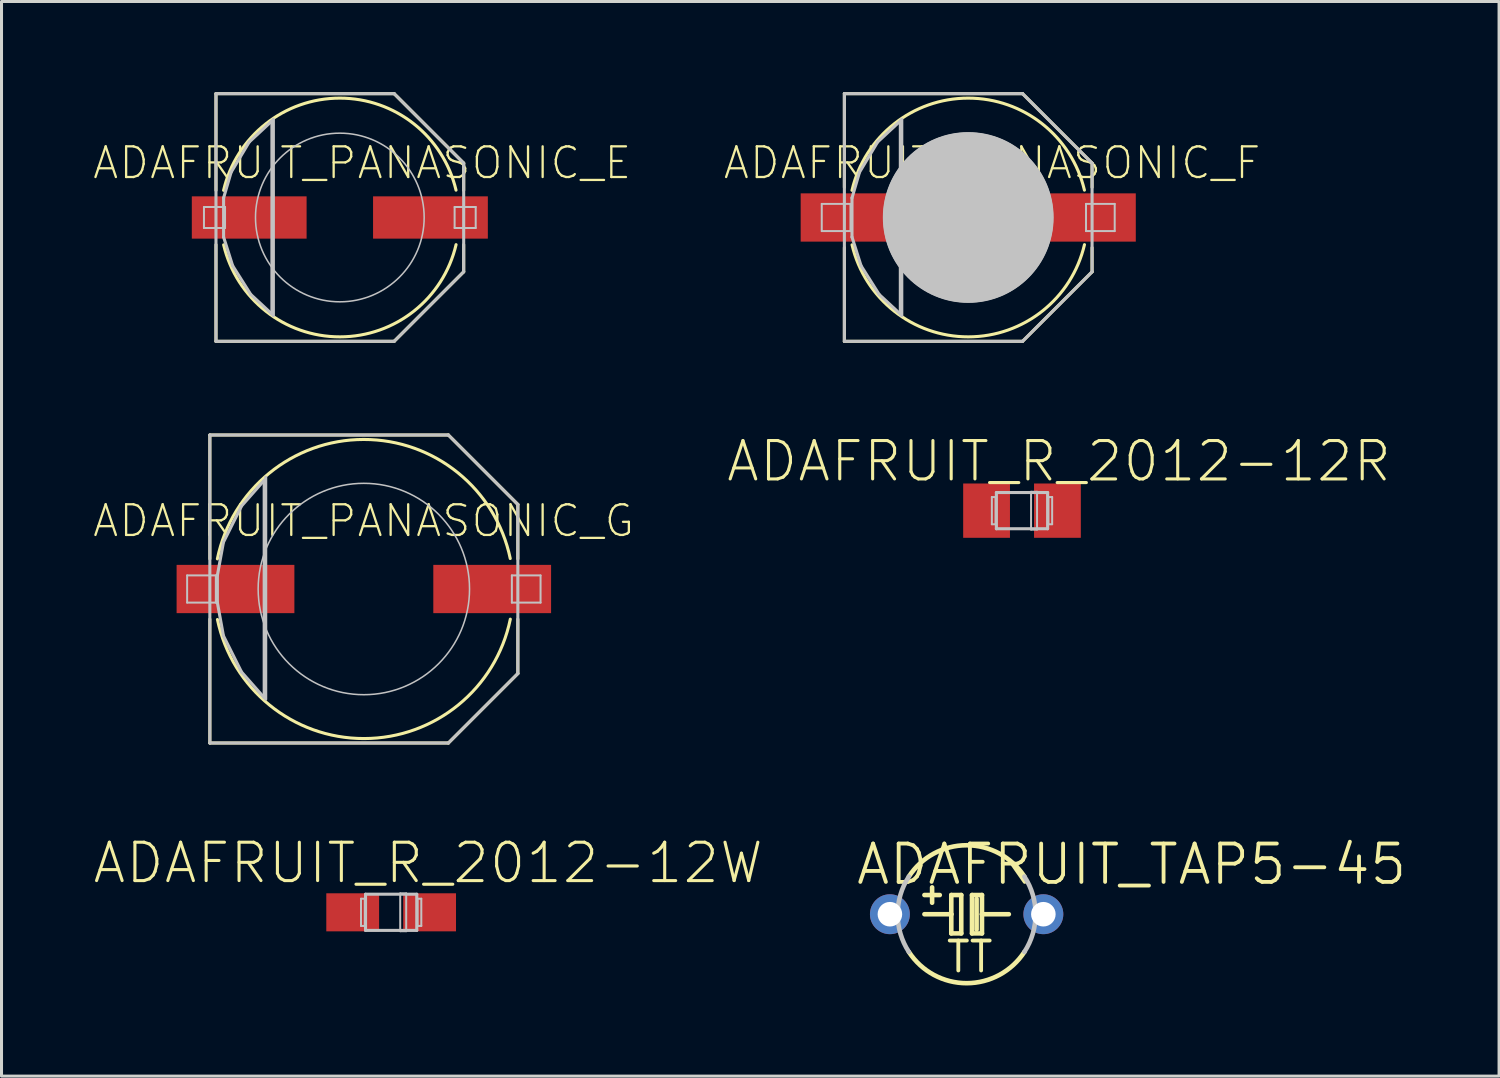
<source format=kicad_pcb>
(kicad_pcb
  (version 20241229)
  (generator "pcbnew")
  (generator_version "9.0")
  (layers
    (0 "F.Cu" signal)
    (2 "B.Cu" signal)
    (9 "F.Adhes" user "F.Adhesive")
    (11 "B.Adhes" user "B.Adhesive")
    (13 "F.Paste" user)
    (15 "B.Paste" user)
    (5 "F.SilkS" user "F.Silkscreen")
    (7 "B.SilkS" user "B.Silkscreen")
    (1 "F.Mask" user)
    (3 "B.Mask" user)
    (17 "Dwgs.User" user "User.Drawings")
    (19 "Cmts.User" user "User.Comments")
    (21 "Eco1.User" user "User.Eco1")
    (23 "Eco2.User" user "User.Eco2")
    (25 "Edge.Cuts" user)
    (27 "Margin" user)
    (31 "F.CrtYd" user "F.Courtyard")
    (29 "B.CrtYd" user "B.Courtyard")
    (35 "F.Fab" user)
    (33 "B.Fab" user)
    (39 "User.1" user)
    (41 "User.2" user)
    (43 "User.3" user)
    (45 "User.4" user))
  (footprint "ADAFRUIT_TAP5-45"
    (layer "F.Cu")
    (at 28.95 27.215)
    (property "Reference" "ADAFRUIT_TAP5-45" (at 5.461 -1.651 0) (layer "F.SilkS") (effects (font (size 1.27 1.27) (thickness 0.127))))
    (attr exclude_from_pos_files exclude_from_bom)
    (fp_line (start -1.397 0) (end -0.508 0) (stroke (width 0.152) (type solid)) (layer "F.SilkS"))
    (fp_line (start -1.143 -0.381) (end -1.143 -0.889) (stroke (width 0.152) (type solid)) (layer "F.SilkS"))
    (fp_line (start -0.889 -0.635) (end -1.397 -0.635) (stroke (width 0.152) (type solid)) (layer "F.SilkS"))
    (fp_line (start -0.508 -0.635) (end -0.508 0) (stroke (width 0.152) (type solid)) (layer "F.SilkS"))
    (fp_line (start -0.508 0) (end -0.508 0.635) (stroke (width 0.152) (type solid)) (layer "F.SilkS"))
    (fp_line (start -0.508 0.635) (end -0.178 0.635) (stroke (width 0.152) (type solid)) (layer "F.SilkS"))
    (fp_line (start -0.178 -0.635) (end -0.508 -0.635) (stroke (width 0.152) (type solid)) (layer "F.SilkS"))
    (fp_line (start -0.178 0.635) (end -0.178 -0.635) (stroke (width 0.152) (type solid)) (layer "F.SilkS"))
    (fp_line (start 0.178 -0.635) (end 0.178 0.635) (stroke (width 0.152) (type solid)) (layer "F.SilkS"))
    (fp_line (start 0.178 0.635) (end 0.508 0.635) (stroke (width 0.152) (type solid)) (layer "F.SilkS"))
    (fp_line (start 0.33 0.508) (end 0.33 -0.508) (stroke (width 0.152) (type solid)) (layer "F.SilkS"))
    (fp_line (start 0.508 -0.635) (end 0.178 -0.635) (stroke (width 0.152) (type solid)) (layer "F.SilkS"))
    (fp_line (start 0.508 0) (end 0.508 -0.635) (stroke (width 0.152) (type solid)) (layer "F.SilkS"))
    (fp_line (start 0.508 0) (end 1.397 0) (stroke (width 0.152) (type solid)) (layer "F.SilkS"))
    (fp_line (start 0.508 0.635) (end 0.508 0) (stroke (width 0.152) (type solid)) (layer "F.SilkS"))
    (fp_arc (start -1.91262 -1.24714) (mid -0.001725 -2.283303) (end 1.910733 -1.250029) (stroke (width 0.1524) (type solid)) (layer "F.SilkS"))
    (fp_arc (start 1.91262 1.24714) (mid 0.001725 2.283303) (end -1.910733 1.250029) (stroke (width 0.1524) (type solid)) (layer "F.SilkS"))
    (fp_arc (start -1.91262 1.24714) (mid -2.283303 0.000267) (end -1.912912 -1.246693) (stroke (width 0.1524) (type solid)) (layer "Dwgs.User"))
    (fp_arc (start 1.91262 -1.24714) (mid 2.283303 -0.000267) (end 1.912912 1.246693) (stroke (width 0.1524) (type solid)) (layer "Dwgs.User"))
    (fp_text user "TT" (at 0.102 1.41 0) (layer "F.SilkS") (effects (font (size 0.991 0.991) (thickness 0.127))))
    (pad "+" thru_hole circle (at -2.54 0) (size 1.321 1.321) (drill 0.813) (layers "*.Cu" "*.Paste" "*.Mask"))
    (pad "-" thru_hole circle (at 2.54 0) (size 1.321 1.321) (drill 0.813) (layers "*.Cu" "*.Paste" "*.Mask")))
  (footprint "ADAFRUIT_R_2012-12R"
    (layer "F.Cu")
    (at 30.783 13.855)
    (property "Reference" "ADAFRUIT_R_2012-12R" (at 1.224 -1.633 0) (layer "F.SilkS") (effects (font (size 1.27 1.27) (thickness 0.102))))
    (attr smd)
    (fp_line (start -0.998 -0.45) (end -0.874 -0.45) (stroke (width 0.066) (type solid)) (layer "Dwgs.User"))
    (fp_line (start -0.998 0.45) (end -0.998 -0.45) (stroke (width 0.066) (type solid)) (layer "Dwgs.User"))
    (fp_line (start -0.998 0.45) (end -0.874 0.45) (stroke (width 0.066) (type solid)) (layer "Dwgs.User"))
    (fp_line (start -0.874 0.45) (end -0.874 -0.45) (stroke (width 0.066) (type solid)) (layer "Dwgs.User"))
    (fp_line (start -0.848 -0.599) (end 0.848 -0.599) (stroke (width 0.102) (type solid)) (layer "Dwgs.User"))
    (fp_line (start -0.848 0.599) (end -0.848 -0.599) (stroke (width 0.102) (type solid)) (layer "Dwgs.User"))
    (fp_line (start 0.3 -0.625) (end 0.498 -0.625) (stroke (width 0.066) (type solid)) (layer "Dwgs.User"))
    (fp_line (start 0.3 0.625) (end 0.3 -0.625) (stroke (width 0.066) (type solid)) (layer "Dwgs.User"))
    (fp_line (start 0.3 0.625) (end 0.498 0.625) (stroke (width 0.066) (type solid)) (layer "Dwgs.User"))
    (fp_line (start 0.498 0.625) (end 0.498 -0.625) (stroke (width 0.066) (type solid)) (layer "Dwgs.User"))
    (fp_line (start 0.848 -0.599) (end 0.848 0.599) (stroke (width 0.102) (type solid)) (layer "Dwgs.User"))
    (fp_line (start 0.848 0.599) (end -0.848 0.599) (stroke (width 0.102) (type solid)) (layer "Dwgs.User"))
    (fp_line (start 0.874 -0.45) (end 0.998 -0.45) (stroke (width 0.066) (type solid)) (layer "Dwgs.User"))
    (fp_line (start 0.874 0.45) (end 0.874 -0.45) (stroke (width 0.066) (type solid)) (layer "Dwgs.User"))
    (fp_line (start 0.874 0.45) (end 0.998 0.45) (stroke (width 0.066) (type solid)) (layer "Dwgs.User"))
    (fp_line (start 0.998 0.45) (end 0.998 -0.45) (stroke (width 0.066) (type solid)) (layer "Dwgs.User"))
    (pad "+" smd rect (at 1.173 0) (size 1.549 1.798) (layers "F.Cu" "F.Mask" "F.Paste"))
    (pad "-" smd rect (at -1.173 0) (size 1.549 1.798) (layers "F.Cu" "F.Mask" "F.Paste")))
  (footprint "ADAFRUIT_PANASONIC_G"
    (layer "F.Cu")
    (at 8.995 16.449)
    (property "Reference" "ADAFRUIT_PANASONIC_G" (at -0.008 -2.256 0) (layer "F.SilkS") (effects (font (size 1.016 1.016) (thickness 0.076))))
    (attr smd)
    (fp_line (start -5.098 -5.098) (end 2.799 -5.098) (stroke (width 0.102) (type solid)) (layer "F.SilkS"))
    (fp_line (start -5.098 -0.998) (end -5.098 -5.098) (stroke (width 0.102) (type solid)) (layer "F.SilkS"))
    (fp_line (start -5.098 5.098) (end -5.098 0.998) (stroke (width 0.102) (type solid)) (layer "F.SilkS"))
    (fp_line (start 2.799 -5.098) (end 5.098 -2.799) (stroke (width 0.102) (type solid)) (layer "F.SilkS"))
    (fp_line (start 2.799 5.098) (end -5.098 5.098) (stroke (width 0.102) (type solid)) (layer "F.SilkS"))
    (fp_line (start 5.098 -2.799) (end 5.098 -0.998) (stroke (width 0.102) (type solid)) (layer "F.SilkS"))
    (fp_line (start 5.098 0.998) (end 5.098 2.799) (stroke (width 0.102) (type solid)) (layer "F.SilkS"))
    (fp_line (start 5.098 2.799) (end 2.799 5.098) (stroke (width 0.102) (type solid)) (layer "F.SilkS"))
    (fp_arc (start -4.84886 -0.99822) (mid -0.005807 -4.950541) (end 4.846505 -1.009593) (stroke (width 0.1016) (type solid)) (layer "F.SilkS"))
    (fp_arc (start 4.84886 0.99822) (mid 0.005807 4.950541) (end -4.846505 1.009593) (stroke (width 0.1016) (type solid)) (layer "F.SilkS"))
    (fp_line (start -5.85 -0.45) (end -4.9 -0.45) (stroke (width 0.066) (type solid)) (layer "Dwgs.User"))
    (fp_line (start -5.85 0.45) (end -5.85 -0.45) (stroke (width 0.066) (type solid)) (layer "Dwgs.User"))
    (fp_line (start -5.85 0.45) (end -4.9 0.45) (stroke (width 0.066) (type solid)) (layer "Dwgs.User"))
    (fp_line (start -5.098 -5.098) (end 2.799 -5.098) (stroke (width 0.102) (type solid)) (layer "Dwgs.User"))
    (fp_line (start -5.098 5.098) (end -5.098 -5.098) (stroke (width 0.102) (type solid)) (layer "Dwgs.User"))
    (fp_line (start -4.9 0.45) (end -4.9 -0.45) (stroke (width 0.066) (type solid)) (layer "Dwgs.User"))
    (fp_line (start -4.849 -0.45) (end -4.849 0.45) (stroke (width 0.102) (type solid)) (layer "Dwgs.User"))
    (fp_line (start -4.849 0.45) (end -4.648 1.549) (stroke (width 0.102) (type solid)) (layer "Dwgs.User"))
    (fp_line (start -4.648 -1.549) (end -4.849 -0.45) (stroke (width 0.102) (type solid)) (layer "Dwgs.User"))
    (fp_line (start -4.648 1.549) (end -4.049 2.748) (stroke (width 0.102) (type solid)) (layer "Dwgs.User"))
    (fp_line (start -4.049 -2.748) (end -4.648 -1.549) (stroke (width 0.102) (type solid)) (layer "Dwgs.User"))
    (fp_line (start -4.049 2.748) (end -3.299 3.599) (stroke (width 0.102) (type solid)) (layer "Dwgs.User"))
    (fp_line (start -3.299 -3.599) (end -4.049 -2.748) (stroke (width 0.102) (type solid)) (layer "Dwgs.User"))
    (fp_line (start -3.299 -3.548) (end -3.299 -3.599) (stroke (width 0.102) (type solid)) (layer "Dwgs.User"))
    (fp_line (start -3.299 3.599) (end -3.299 -3.548) (stroke (width 0.102) (type solid)) (layer "Dwgs.User"))
    (fp_line (start -3.249 -3.698) (end -3.249 3.65) (stroke (width 0.102) (type solid)) (layer "Dwgs.User"))
    (fp_line (start 2.799 -5.098) (end 5.098 -2.799) (stroke (width 0.102) (type solid)) (layer "Dwgs.User"))
    (fp_line (start 2.799 5.098) (end -5.098 5.098) (stroke (width 0.102) (type solid)) (layer "Dwgs.User"))
    (fp_line (start 4.9 -0.45) (end 5.85 -0.45) (stroke (width 0.066) (type solid)) (layer "Dwgs.User"))
    (fp_line (start 4.9 0.45) (end 4.9 -0.45) (stroke (width 0.066) (type solid)) (layer "Dwgs.User"))
    (fp_line (start 4.9 0.45) (end 5.85 0.45) (stroke (width 0.066) (type solid)) (layer "Dwgs.User"))
    (fp_line (start 5.098 -2.799) (end 5.098 2.799) (stroke (width 0.102) (type solid)) (layer "Dwgs.User"))
    (fp_line (start 5.098 2.799) (end 2.799 5.098) (stroke (width 0.102) (type solid)) (layer "Dwgs.User"))
    (fp_line (start 5.85 0.45) (end 5.85 -0.45) (stroke (width 0.066) (type solid)) (layer "Dwgs.User"))
    (fp_circle (center 0 0) (end -2.474 2.474) (stroke (width 0.051) (type solid)) (fill no) (layer "Dwgs.User"))
    (pad "+" smd rect (at 4.249 0) (size 3.899 1.598) (layers "F.Cu" "F.Mask" "F.Paste"))
    (pad "-" smd rect (at -4.249 0) (size 3.899 1.598) (layers "F.Cu" "F.Mask" "F.Paste")))
  (footprint "ADAFRUIT_PANASONIC_F"
    (layer "F.Cu")
    (at 29.003 4.15)
    (property "Reference" "ADAFRUIT_PANASONIC_F" (at 0.79 -1.806 0) (layer "F.SilkS") (effects (font (size 1.016 1.016) (thickness 0.076))))
    (attr smd)
    (fp_line (start -4.1 -4.1) (end 1.798 -4.1) (stroke (width 0.102) (type solid)) (layer "F.SilkS"))
    (fp_line (start -4.1 -0.998) (end -4.1 -4.1) (stroke (width 0.102) (type solid)) (layer "F.SilkS"))
    (fp_line (start -4.1 4.1) (end -4.1 0.998) (stroke (width 0.102) (type solid)) (layer "F.SilkS"))
    (fp_line (start 1.798 -4.1) (end 4.1 -1.798) (stroke (width 0.102) (type solid)) (layer "F.SilkS"))
    (fp_line (start 1.798 4.1) (end -4.1 4.1) (stroke (width 0.102) (type solid)) (layer "F.SilkS"))
    (fp_line (start 4.1 -1.798) (end 4.1 -0.998) (stroke (width 0.102) (type solid)) (layer "F.SilkS"))
    (fp_line (start 4.1 0.998) (end 4.1 1.798) (stroke (width 0.102) (type solid)) (layer "F.SilkS"))
    (fp_line (start 4.1 1.798) (end 1.798 4.1) (stroke (width 0.102) (type solid)) (layer "F.SilkS"))
    (fp_arc (start -3.8481 -0.89916) (mid -0.003314 -3.951753) (end 3.846587 -0.905612) (stroke (width 0.1016) (type solid)) (layer "F.SilkS"))
    (fp_arc (start 3.8481 0.89916) (mid 0.003314 3.951753) (end -3.846587 0.905612) (stroke (width 0.1016) (type solid)) (layer "F.SilkS"))
    (fp_line (start -4.849 -0.45) (end -3.899 -0.45) (stroke (width 0.066) (type solid)) (layer "Dwgs.User"))
    (fp_line (start -4.849 0.45) (end -4.849 -0.45) (stroke (width 0.066) (type solid)) (layer "Dwgs.User"))
    (fp_line (start -4.849 0.45) (end -3.899 0.45) (stroke (width 0.066) (type solid)) (layer "Dwgs.User"))
    (fp_line (start -4.1 -4.1) (end 1.798 -4.1) (stroke (width 0.102) (type solid)) (layer "Dwgs.User"))
    (fp_line (start -4.1 4.1) (end -4.1 -4.1) (stroke (width 0.102) (type solid)) (layer "Dwgs.User"))
    (fp_line (start -3.899 0.45) (end -3.899 -0.45) (stroke (width 0.066) (type solid)) (layer "Dwgs.User"))
    (fp_line (start -3.848 -0.648) (end -3.848 0.648) (stroke (width 0.102) (type solid)) (layer "Dwgs.User"))
    (fp_line (start -3.848 0.648) (end -3.548 1.598) (stroke (width 0.102) (type solid)) (layer "Dwgs.User"))
    (fp_line (start -3.599 -1.499) (end -3.848 -0.648) (stroke (width 0.102) (type solid)) (layer "Dwgs.User"))
    (fp_line (start -3.548 1.598) (end -2.949 2.548) (stroke (width 0.102) (type solid)) (layer "Dwgs.User"))
    (fp_line (start -3 -2.499) (end -3.599 -1.499) (stroke (width 0.102) (type solid)) (layer "Dwgs.User"))
    (fp_line (start -2.949 2.548) (end -2.248 3.198) (stroke (width 0.102) (type solid)) (layer "Dwgs.User"))
    (fp_line (start -2.248 -3.198) (end -3 -2.499) (stroke (width 0.102) (type solid)) (layer "Dwgs.User"))
    (fp_line (start -2.248 -3.15) (end -2.248 -3.198) (stroke (width 0.102) (type solid)) (layer "Dwgs.User"))
    (fp_line (start -2.248 3.198) (end -2.248 -3.15) (stroke (width 0.102) (type solid)) (layer "Dwgs.User"))
    (fp_line (start -2.2 -3.249) (end -2.2 3.249) (stroke (width 0.102) (type solid)) (layer "Dwgs.User"))
    (fp_line (start 1.798 -4.1) (end 4.1 -1.798) (stroke (width 0.102) (type solid)) (layer "Dwgs.User"))
    (fp_line (start 1.798 4.1) (end -4.1 4.1) (stroke (width 0.102) (type solid)) (layer "Dwgs.User"))
    (fp_line (start 3.899 -0.45) (end 4.849 -0.45) (stroke (width 0.066) (type solid)) (layer "Dwgs.User"))
    (fp_line (start 3.899 0.45) (end 3.899 -0.45) (stroke (width 0.066) (type solid)) (layer "Dwgs.User"))
    (fp_line (start 3.899 0.45) (end 4.849 0.45) (stroke (width 0.066) (type solid)) (layer "Dwgs.User"))
    (fp_line (start 4.1 -1.798) (end 4.1 1.798) (stroke (width 0.102) (type solid)) (layer "Dwgs.User"))
    (fp_line (start 4.1 1.798) (end 1.798 4.1) (stroke (width 0.102) (type solid)) (layer "Dwgs.User"))
    (fp_line (start 4.849 0.45) (end 4.849 -0.45) (stroke (width 0.066) (type solid)) (layer "Dwgs.User"))
    (fp_circle (center 0 0) (end -1.999 1.999) (stroke (width 0) (type solid)) (fill yes) (layer "Dwgs.User"))
    (fp_circle (center 0 0) (end -1.974 1.974) (stroke (width 0.051) (type solid)) (fill no) (layer "Dwgs.User"))
    (pad "+" smd rect (at 3.548 0) (size 3.998 1.598) (layers "F.Cu" "F.Mask" "F.Paste"))
    (pad "-" smd rect (at -3.548 0) (size 3.998 1.598) (layers "F.Cu" "F.Mask" "F.Paste")))
  (footprint "ADAFRUIT_R_2012-12W"
    (layer "F.Cu")
    (at 9.899 27.152)
    (property "Reference" "ADAFRUIT_R_2012-12W" (at 1.224 -1.633 0) (layer "F.SilkS") (effects (font (size 1.27 1.27) (thickness 0.102))))
    (attr smd)
    (fp_line (start -0.998 -0.45) (end -0.874 -0.45) (stroke (width 0.066) (type solid)) (layer "Dwgs.User"))
    (fp_line (start -0.998 0.45) (end -0.998 -0.45) (stroke (width 0.066) (type solid)) (layer "Dwgs.User"))
    (fp_line (start -0.998 0.45) (end -0.874 0.45) (stroke (width 0.066) (type solid)) (layer "Dwgs.User"))
    (fp_line (start -0.874 0.45) (end -0.874 -0.45) (stroke (width 0.066) (type solid)) (layer "Dwgs.User"))
    (fp_line (start -0.848 -0.599) (end 0.848 -0.599) (stroke (width 0.102) (type solid)) (layer "Dwgs.User"))
    (fp_line (start -0.848 0.599) (end -0.848 -0.599) (stroke (width 0.102) (type solid)) (layer "Dwgs.User"))
    (fp_line (start 0.3 -0.625) (end 0.498 -0.625) (stroke (width 0.066) (type solid)) (layer "Dwgs.User"))
    (fp_line (start 0.3 0.625) (end 0.3 -0.625) (stroke (width 0.066) (type solid)) (layer "Dwgs.User"))
    (fp_line (start 0.3 0.625) (end 0.498 0.625) (stroke (width 0.066) (type solid)) (layer "Dwgs.User"))
    (fp_line (start 0.498 0.625) (end 0.498 -0.625) (stroke (width 0.066) (type solid)) (layer "Dwgs.User"))
    (fp_line (start 0.848 -0.599) (end 0.848 0.599) (stroke (width 0.102) (type solid)) (layer "Dwgs.User"))
    (fp_line (start 0.848 0.599) (end -0.848 0.599) (stroke (width 0.102) (type solid)) (layer "Dwgs.User"))
    (fp_line (start 0.874 -0.45) (end 0.998 -0.45) (stroke (width 0.066) (type solid)) (layer "Dwgs.User"))
    (fp_line (start 0.874 0.45) (end 0.874 -0.45) (stroke (width 0.066) (type solid)) (layer "Dwgs.User"))
    (fp_line (start 0.874 0.45) (end 0.998 0.45) (stroke (width 0.066) (type solid)) (layer "Dwgs.User"))
    (fp_line (start 0.998 0.45) (end 0.998 -0.45) (stroke (width 0.066) (type solid)) (layer "Dwgs.User"))
    (pad "+" smd rect (at 1.273 0) (size 1.748 1.26) (layers "F.Cu" "F.Mask" "F.Paste"))
    (pad "-" smd rect (at -1.273 0) (size 1.748 1.26) (layers "F.Cu" "F.Mask" "F.Paste")))
  (footprint "ADAFRUIT_PANASONIC_E"
    (layer "F.Cu")
    (at 8.2 4.15)
    (property "Reference" "ADAFRUIT_PANASONIC_E" (at 0.739 -1.806 0) (layer "F.SilkS") (effects (font (size 1.016 1.016) (thickness 0.076))))
    (attr smd)
    (fp_line (start -4.1 -4.1) (end 1.798 -4.1) (stroke (width 0.102) (type solid)) (layer "F.SilkS"))
    (fp_line (start -4.1 -0.899) (end -4.1 -4.1) (stroke (width 0.102) (type solid)) (layer "F.SilkS"))
    (fp_line (start -4.1 4.1) (end -4.1 0.899) (stroke (width 0.102) (type solid)) (layer "F.SilkS"))
    (fp_line (start 1.798 -4.1) (end 4.1 -1.798) (stroke (width 0.102) (type solid)) (layer "F.SilkS"))
    (fp_line (start 1.798 4.1) (end -4.1 4.1) (stroke (width 0.102) (type solid)) (layer "F.SilkS"))
    (fp_line (start 4.1 -1.798) (end 4.1 -0.899) (stroke (width 0.102) (type solid)) (layer "F.SilkS"))
    (fp_line (start 4.1 0.899) (end 4.1 1.798) (stroke (width 0.102) (type solid)) (layer "F.SilkS"))
    (fp_line (start 4.1 1.798) (end 1.798 4.1) (stroke (width 0.102) (type solid)) (layer "F.SilkS"))
    (fp_arc (start -3.8481 -0.89916) (mid -0.003314 -3.951753) (end 3.846587 -0.905612) (stroke (width 0.1016) (type solid)) (layer "F.SilkS"))
    (fp_arc (start 3.8481 0.89916) (mid 0.003314 3.951753) (end -3.846587 0.905612) (stroke (width 0.1016) (type solid)) (layer "F.SilkS"))
    (fp_line (start -4.498 -0.348) (end -3.8 -0.348) (stroke (width 0.066) (type solid)) (layer "Dwgs.User"))
    (fp_line (start -4.498 0.348) (end -4.498 -0.348) (stroke (width 0.066) (type solid)) (layer "Dwgs.User"))
    (fp_line (start -4.498 0.348) (end -3.8 0.348) (stroke (width 0.066) (type solid)) (layer "Dwgs.User"))
    (fp_line (start -4.1 -4.1) (end 1.798 -4.1) (stroke (width 0.102) (type solid)) (layer "Dwgs.User"))
    (fp_line (start -4.1 4.1) (end -4.1 -4.1) (stroke (width 0.102) (type solid)) (layer "Dwgs.User"))
    (fp_line (start -3.848 -0.648) (end -3.848 0.648) (stroke (width 0.102) (type solid)) (layer "Dwgs.User"))
    (fp_line (start -3.848 0.648) (end -3.548 1.598) (stroke (width 0.102) (type solid)) (layer "Dwgs.User"))
    (fp_line (start -3.8 0.348) (end -3.8 -0.348) (stroke (width 0.066) (type solid)) (layer "Dwgs.User"))
    (fp_line (start -3.599 -1.499) (end -3.848 -0.648) (stroke (width 0.102) (type solid)) (layer "Dwgs.User"))
    (fp_line (start -3.548 1.598) (end -2.949 2.548) (stroke (width 0.102) (type solid)) (layer "Dwgs.User"))
    (fp_line (start -3 -2.499) (end -3.599 -1.499) (stroke (width 0.102) (type solid)) (layer "Dwgs.User"))
    (fp_line (start -2.949 2.548) (end -2.248 3.198) (stroke (width 0.102) (type solid)) (layer "Dwgs.User"))
    (fp_line (start -2.248 -3.198) (end -3 -2.499) (stroke (width 0.102) (type solid)) (layer "Dwgs.User"))
    (fp_line (start -2.248 -3.15) (end -2.248 -3.198) (stroke (width 0.102) (type solid)) (layer "Dwgs.User"))
    (fp_line (start -2.248 3.198) (end -2.248 -3.15) (stroke (width 0.102) (type solid)) (layer "Dwgs.User"))
    (fp_line (start -2.2 -3.249) (end -2.2 3.249) (stroke (width 0.102) (type solid)) (layer "Dwgs.User"))
    (fp_line (start 1.798 -4.1) (end 4.1 -1.798) (stroke (width 0.102) (type solid)) (layer "Dwgs.User"))
    (fp_line (start 1.798 4.1) (end -4.1 4.1) (stroke (width 0.102) (type solid)) (layer "Dwgs.User"))
    (fp_line (start 3.8 -0.348) (end 4.498 -0.348) (stroke (width 0.066) (type solid)) (layer "Dwgs.User"))
    (fp_line (start 3.8 0.348) (end 3.8 -0.348) (stroke (width 0.066) (type solid)) (layer "Dwgs.User"))
    (fp_line (start 3.8 0.348) (end 4.498 0.348) (stroke (width 0.066) (type solid)) (layer "Dwgs.User"))
    (fp_line (start 4.1 -1.798) (end 4.1 1.798) (stroke (width 0.102) (type solid)) (layer "Dwgs.User"))
    (fp_line (start 4.1 1.798) (end 1.798 4.1) (stroke (width 0.102) (type solid)) (layer "Dwgs.User"))
    (fp_line (start 4.498 0.348) (end 4.498 -0.348) (stroke (width 0.066) (type solid)) (layer "Dwgs.User"))
    (fp_circle (center 0 0) (end -1.974 1.974) (stroke (width 0.051) (type solid)) (fill no) (layer "Dwgs.User"))
    (pad "+" smd rect (at 3 0) (size 3.8 1.4) (layers "F.Cu" "F.Mask" "F.Paste"))
    (pad "-" smd rect (at -3 0) (size 3.8 1.4) (layers "F.Cu" "F.Mask" "F.Paste")))
  (gr_rect
    (start -3 -3)
    (end 46.576 32.574)
    (stroke (width 0.1) (type default))
    (fill no)
    (layer "Edge.Cuts")))
</source>
